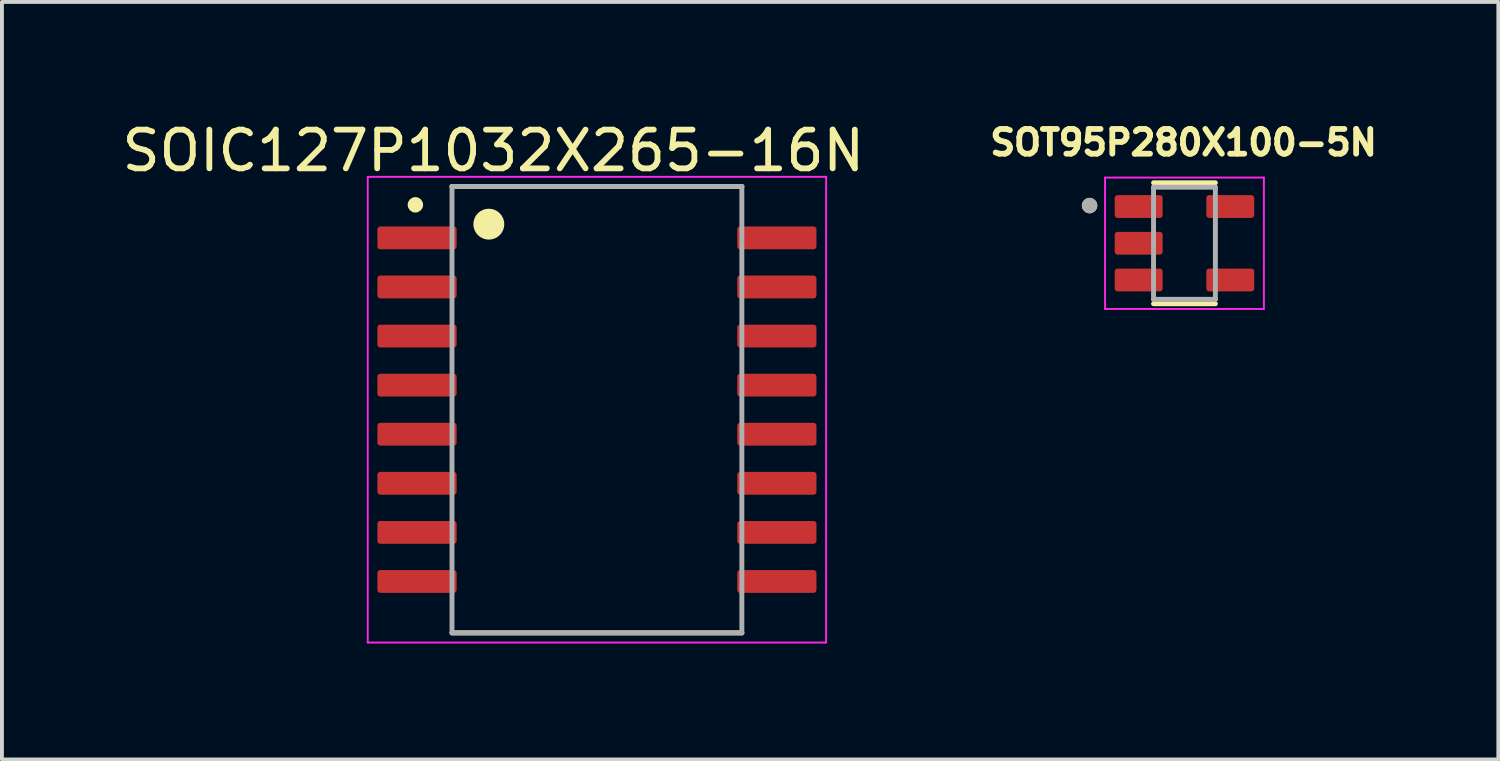
<source format=kicad_pcb>
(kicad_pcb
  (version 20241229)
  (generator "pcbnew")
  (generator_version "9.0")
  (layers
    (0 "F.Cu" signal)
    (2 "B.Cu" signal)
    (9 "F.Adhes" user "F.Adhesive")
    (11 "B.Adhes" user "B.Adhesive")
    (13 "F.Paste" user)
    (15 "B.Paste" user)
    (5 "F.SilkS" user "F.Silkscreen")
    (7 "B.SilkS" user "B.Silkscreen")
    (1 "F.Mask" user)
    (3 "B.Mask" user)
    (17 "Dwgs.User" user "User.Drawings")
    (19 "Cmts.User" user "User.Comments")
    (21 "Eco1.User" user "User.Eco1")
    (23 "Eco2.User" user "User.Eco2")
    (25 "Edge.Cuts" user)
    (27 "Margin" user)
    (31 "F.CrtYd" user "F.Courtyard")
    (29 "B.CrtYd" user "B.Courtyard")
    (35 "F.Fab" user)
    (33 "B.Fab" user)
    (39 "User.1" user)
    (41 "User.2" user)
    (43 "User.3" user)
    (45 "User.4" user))
  (footprint "SOT95P280X100-5N"
    (layer "F.Cu")
    (at 27.597 3.244)
    (property "Reference" "SOT95P280X100-5N" (at -0.023 -2.606 0) (layer "F.SilkS") (effects (font (size 0.64 0.64) (thickness 0.15))))
    (attr smd)
    (fp_line (start -0.8 1.565) (end 0.8 1.565) (stroke (width 0.127) (type solid)) (layer "F.SilkS"))
    (fp_line (start 0.8 -1.565) (end -0.8 -1.565) (stroke (width 0.127) (type solid)) (layer "F.SilkS"))
    (fp_circle (center -2.455 -0.975) (end -2.355 -0.975) (stroke (width 0.2) (type solid)) (fill no) (layer "F.SilkS"))
    (fp_line (start -2.055 -1.7) (end -2.055 1.7) (stroke (width 0.05) (type solid)) (layer "F.CrtYd"))
    (fp_line (start -2.055 1.7) (end 2.055 1.7) (stroke (width 0.05) (type solid)) (layer "F.CrtYd"))
    (fp_line (start 2.055 -1.7) (end -2.055 -1.7) (stroke (width 0.05) (type solid)) (layer "F.CrtYd"))
    (fp_line (start 2.055 1.7) (end 2.055 -1.7) (stroke (width 0.05) (type solid)) (layer "F.CrtYd"))
    (fp_line (start -0.8 -1.45) (end -0.8 1.45) (stroke (width 0.127) (type solid)) (layer "F.Fab"))
    (fp_line (start -0.8 1.45) (end 0.8 1.45) (stroke (width 0.127) (type solid)) (layer "F.Fab"))
    (fp_line (start 0.8 -1.45) (end -0.8 -1.45) (stroke (width 0.127) (type solid)) (layer "F.Fab"))
    (fp_line (start 0.8 1.45) (end 0.8 -1.45) (stroke (width 0.127) (type solid)) (layer "F.Fab"))
    (fp_circle (center -2.455 -0.975) (end -2.355 -0.975) (stroke (width 0.2) (type solid)) (fill no) (layer "F.Fab"))
    (pad "1" smd roundrect (at -1.185 -0.95) (size 1.24 0.59) (layers "F.Cu" "F.Mask" "F.Paste") (roundrect_rratio 0.125))
    (pad "2" smd roundrect (at -1.185 0) (size 1.24 0.59) (layers "F.Cu" "F.Mask" "F.Paste") (roundrect_rratio 0.125))
    (pad "3" smd roundrect (at -1.185 0.95) (size 1.24 0.59) (layers "F.Cu" "F.Mask" "F.Paste") (roundrect_rratio 0.125))
    (pad "4" smd roundrect (at 1.185 0.95) (size 1.24 0.59) (layers "F.Cu" "F.Mask" "F.Paste") (roundrect_rratio 0.125))
    (pad "5" smd roundrect (at 1.185 -0.95) (size 1.24 0.59) (layers "F.Cu" "F.Mask" "F.Paste") (roundrect_rratio 0.125)))
  (footprint "SOIC127P1032X265-16N"
    (layer "F.Cu")
    (at 12.395 7.55)
    (property "Reference" "SOIC127P1032X265-16N" (at -2.68 -6.7 0) (layer "F.SilkS") (effects (font (size 1.002 1.002) (thickness 0.15))))
    (attr smd)
    (fp_line (start -3.75 -5.775) (end 3.75 -5.775) (stroke (width 0.127) (type solid)) (layer "F.SilkS"))
    (fp_line (start -3.75 5.775) (end 3.75 5.775) (stroke (width 0.127) (type solid)) (layer "F.SilkS"))
    (fp_circle (center -4.697 -5.3) (end -4.597 -5.3) (stroke (width 0.2) (type solid)) (fill no) (layer "F.SilkS"))
    (fp_circle (center -2.797 -4.8) (end -2.597 -4.8) (stroke (width 0.4) (type solid)) (fill no) (layer "F.SilkS"))
    (fp_line (start -5.93 -6.025) (end -5.93 6.025) (stroke (width 0.05) (type solid)) (layer "F.CrtYd"))
    (fp_line (start -5.93 -6.025) (end 5.93 -6.025) (stroke (width 0.05) (type solid)) (layer "F.CrtYd"))
    (fp_line (start -5.93 6.025) (end 5.93 6.025) (stroke (width 0.05) (type solid)) (layer "F.CrtYd"))
    (fp_line (start 5.93 -6.025) (end 5.93 6.025) (stroke (width 0.05) (type solid)) (layer "F.CrtYd"))
    (fp_line (start -3.75 -5.775) (end -3.75 5.775) (stroke (width 0.127) (type solid)) (layer "F.Fab"))
    (fp_line (start -3.75 -5.775) (end 3.75 -5.775) (stroke (width 0.127) (type solid)) (layer "F.Fab"))
    (fp_line (start -3.75 5.775) (end 3.75 5.775) (stroke (width 0.127) (type solid)) (layer "F.Fab"))
    (fp_line (start 3.75 -5.775) (end 3.75 5.775) (stroke (width 0.127) (type solid)) (layer "F.Fab"))
    (pad "1" smd roundrect (at -4.655 -4.445) (size 2.05 0.59) (layers "F.Cu" "F.Mask" "F.Paste") (roundrect_rratio 0.125))
    (pad "2" smd roundrect (at -4.655 -3.175) (size 2.05 0.59) (layers "F.Cu" "F.Mask" "F.Paste") (roundrect_rratio 0.125))
    (pad "3" smd roundrect (at -4.655 -1.905) (size 2.05 0.59) (layers "F.Cu" "F.Mask" "F.Paste") (roundrect_rratio 0.125))
    (pad "4" smd roundrect (at -4.655 -0.635) (size 2.05 0.59) (layers "F.Cu" "F.Mask" "F.Paste") (roundrect_rratio 0.125))
    (pad "5" smd roundrect (at -4.655 0.635) (size 2.05 0.59) (layers "F.Cu" "F.Mask" "F.Paste") (roundrect_rratio 0.125))
    (pad "6" smd roundrect (at -4.655 1.905) (size 2.05 0.59) (layers "F.Cu" "F.Mask" "F.Paste") (roundrect_rratio 0.125))
    (pad "7" smd roundrect (at -4.655 3.175) (size 2.05 0.59) (layers "F.Cu" "F.Mask" "F.Paste") (roundrect_rratio 0.125))
    (pad "8" smd roundrect (at -4.655 4.445) (size 2.05 0.59) (layers "F.Cu" "F.Mask" "F.Paste") (roundrect_rratio 0.125))
    (pad "9" smd roundrect (at 4.655 4.445) (size 2.05 0.59) (layers "F.Cu" "F.Mask" "F.Paste") (roundrect_rratio 0.125))
    (pad "10" smd roundrect (at 4.655 3.175) (size 2.05 0.59) (layers "F.Cu" "F.Mask" "F.Paste") (roundrect_rratio 0.125))
    (pad "11" smd roundrect (at 4.655 1.905) (size 2.05 0.59) (layers "F.Cu" "F.Mask" "F.Paste") (roundrect_rratio 0.125))
    (pad "12" smd roundrect (at 4.655 0.635) (size 2.05 0.59) (layers "F.Cu" "F.Mask" "F.Paste") (roundrect_rratio 0.125))
    (pad "13" smd roundrect (at 4.655 -0.635) (size 2.05 0.59) (layers "F.Cu" "F.Mask" "F.Paste") (roundrect_rratio 0.125))
    (pad "14" smd roundrect (at 4.655 -1.905) (size 2.05 0.59) (layers "F.Cu" "F.Mask" "F.Paste") (roundrect_rratio 0.125))
    (pad "15" smd roundrect (at 4.655 -3.175) (size 2.05 0.59) (layers "F.Cu" "F.Mask" "F.Paste") (roundrect_rratio 0.125))
    (pad "16" smd roundrect (at 4.655 -4.445) (size 2.05 0.59) (layers "F.Cu" "F.Mask" "F.Paste") (roundrect_rratio 0.125)))
  (gr_rect
    (start -3 -3)
    (end 35.718 16.6)
    (stroke (width 0.1) (type default))
    (fill no)
    (layer "Edge.Cuts")))
</source>
